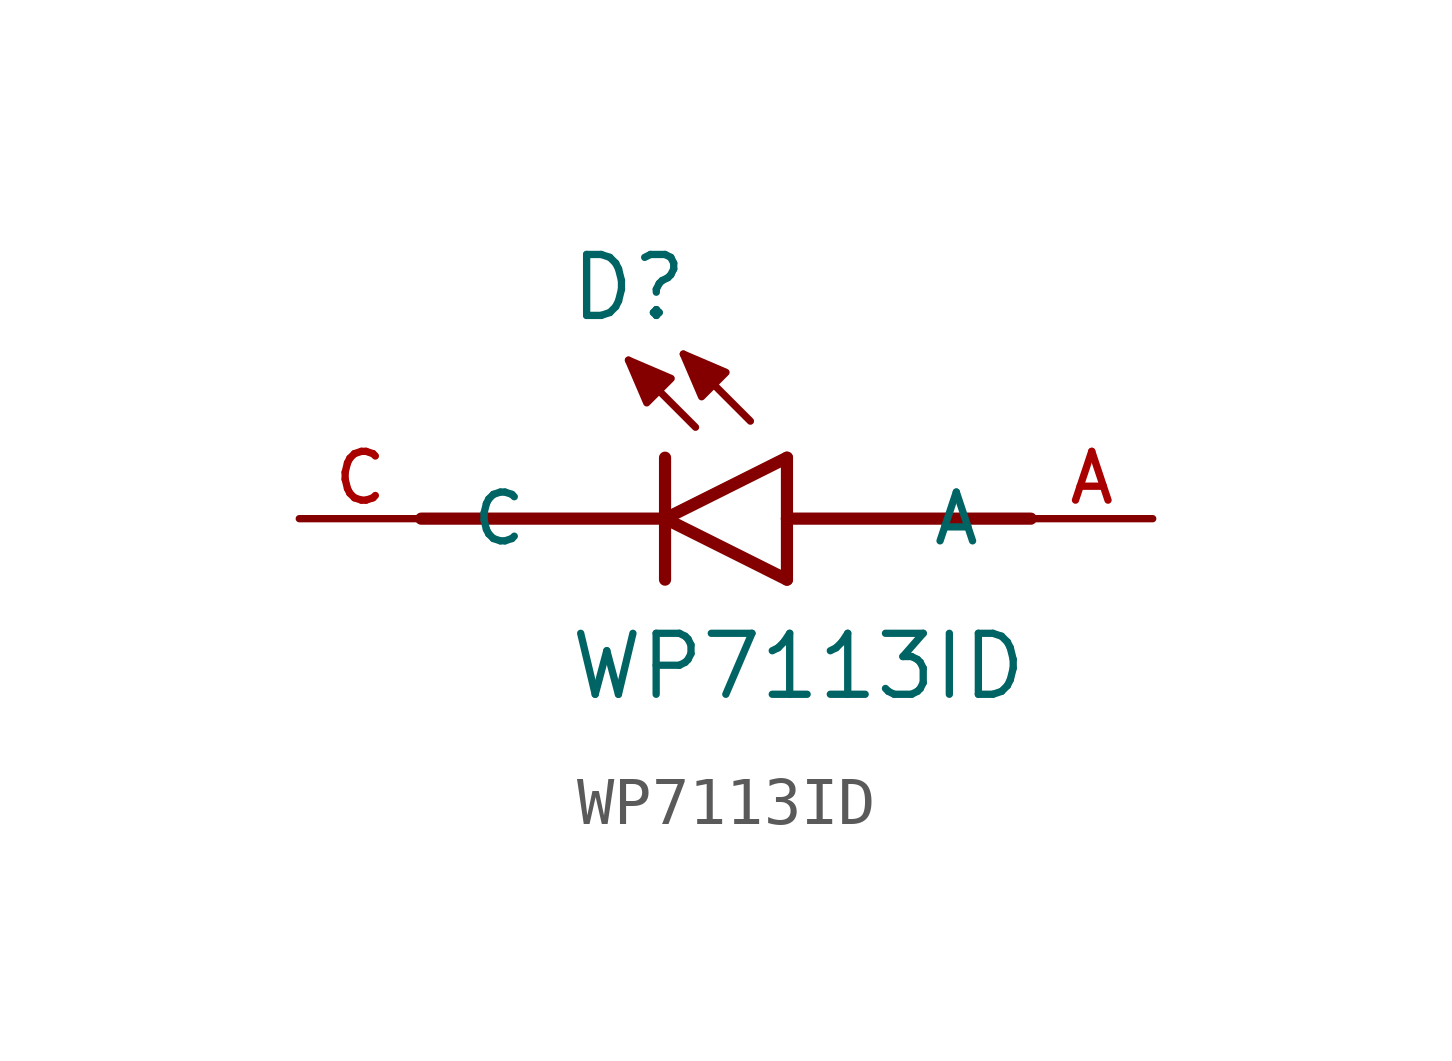
<source format=kicad_sym>
(kicad_symbol_lib
  (version 20211014)
  (generator kicad_symbol_editor)
  (symbol "WP7113ID"
    (pin_names
      (offset 1.016))
    (property "Reference" "D"
      (at -2.036 4.071 0)
      (effects (font (size 1.27 1.27)) (justify bottom left)))
    (property "Value" "WP7113ID"
      (at -2.039 -3.822 0)
      (effects (font (size 1.27 1.27)) (justify bottom left)))
    (symbol "WP7113ID_0_0"
      (polyline (pts (xy 2.54 -1.27) (xy 0.0 0.0)) (stroke (width 0.254)))
      (polyline (pts (xy 0.0 0.0) (xy 2.54 1.27)) (stroke (width 0.254)))
      (polyline (pts (xy 0.0 -1.27) (xy 0.0 0.0)) (stroke (width 0.254)))
      (polyline (pts (xy 0.0 0.0) (xy 0.0 1.27)) (stroke (width 0.254)))
      (polyline (pts (xy 2.54 -1.27) (xy 2.54 0.0)) (stroke (width 0.254)))
      (polyline (pts (xy 2.54 0.0) (xy 2.54 1.27)) (stroke (width 0.254)))
      (polyline (pts (xy 1.778 2.032) (xy 0.381 3.429)) (stroke (width 0.152)))
      (polyline (pts (xy 0.635 1.905) (xy -0.762 3.302)) (stroke (width 0.152)))
      (polyline (pts (xy 0.381 3.429) (xy 1.27 3.048) (xy 0.762 2.54) (xy 0.381 3.429)) (stroke (width 0.152)) (fill (type outline)))
      (polyline (pts (xy -0.762 3.302) (xy 0.127 2.921) (xy -0.381 2.413) (xy -0.762 3.302)) (stroke (width 0.152)) (fill (type outline)))
      (polyline (pts (xy -5.08 0.0) (xy 0.0 0.0)) (stroke (width 0.254)))
      (polyline (pts (xy 2.54 0.0) (xy 7.62 0.0)) (stroke (width 0.254)))
      (pin passive line (at -7.62 0.0 0) (length 2.54) (name "C" (effects (font (size 1.016 1.016)))) (number "C" (effects (font (size 1.016 1.016)))))
      (pin passive line (at 10.16 0.0 180.0) (length 2.54) (name "A" (effects (font (size 1.016 1.016)))) (number "A" (effects (font (size 1.016 1.016))))))))
</source>
